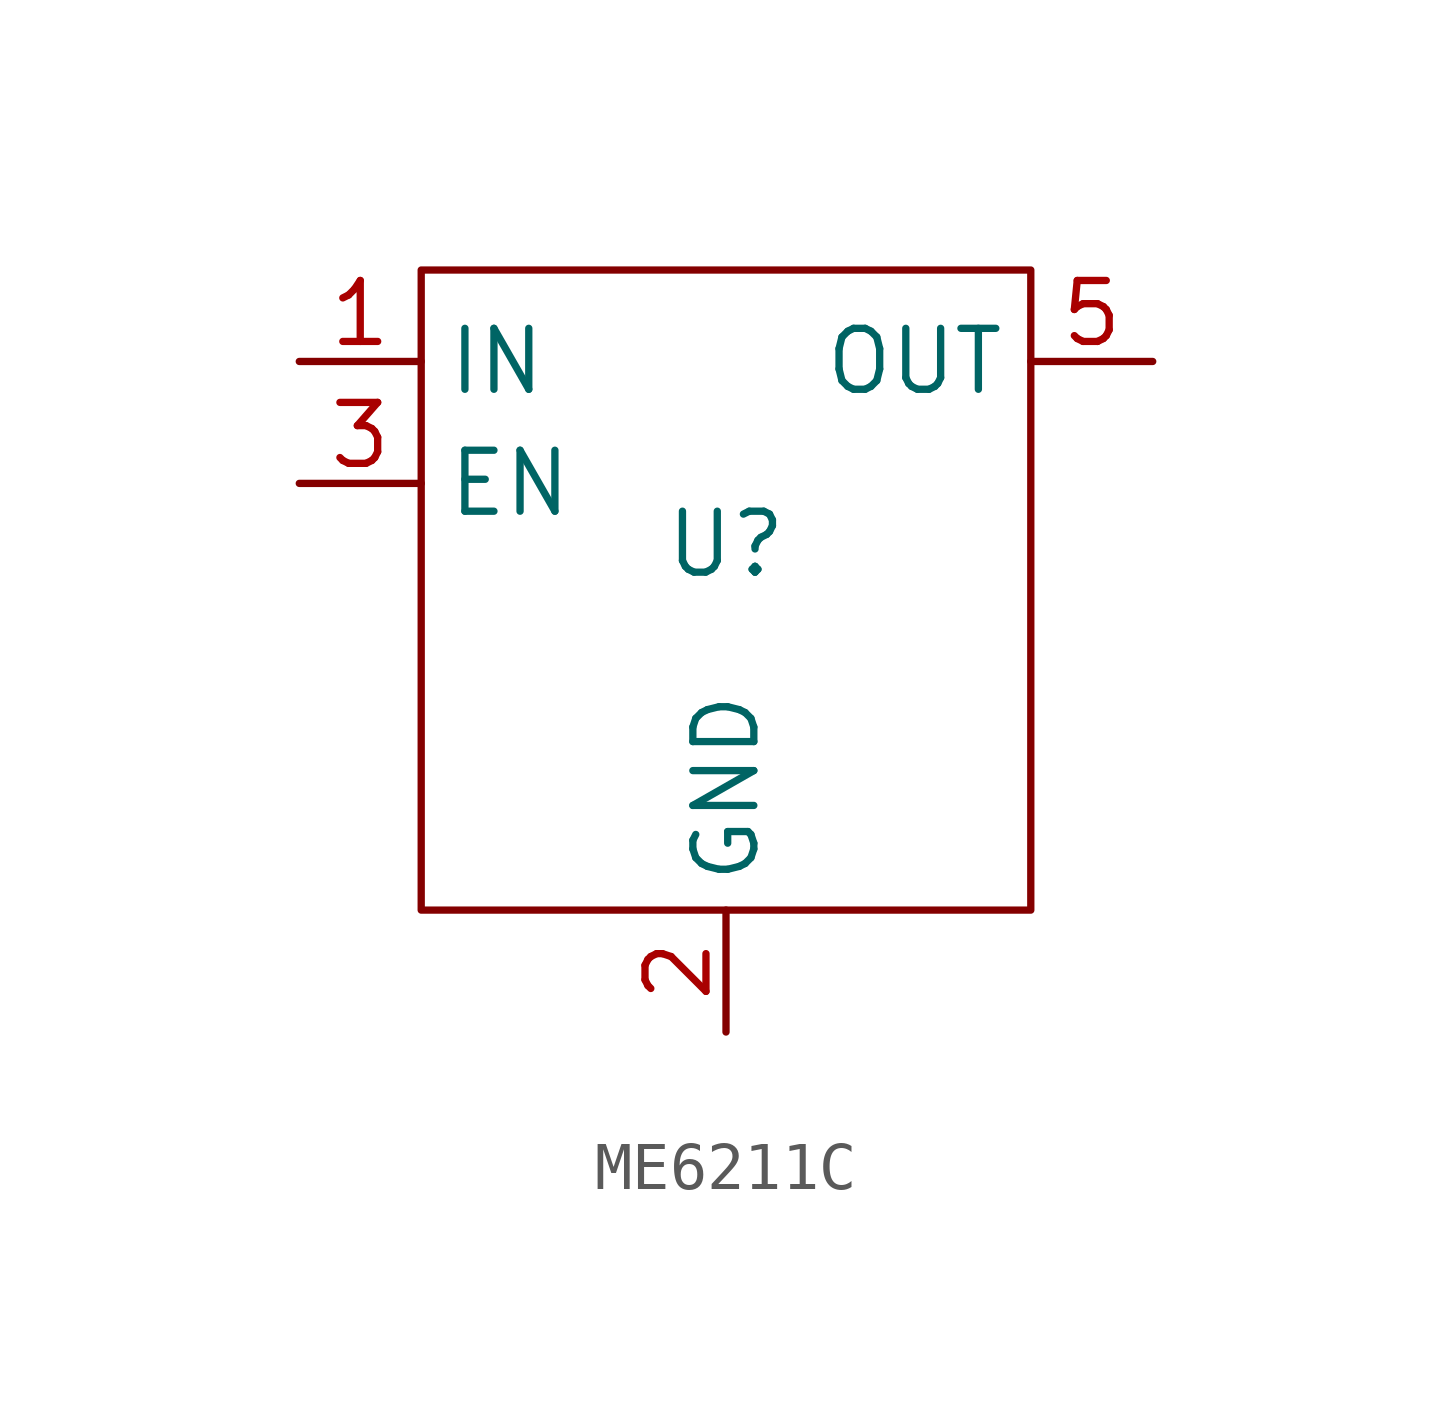
<source format=kicad_sym>
(kicad_symbol_lib
  (version 20231120)
  (generator "kicad_symbol_editor")
  (generator_version "8.0")
  (symbol "ME6211C"
    (property "Reference" "U"
      (at 0 0 0)
      (effects (font (size 1.27 1.27))))
    (property "Value" ""
      (at 0 0 0)
      (effects (font (size 1.27 1.27))))
    (symbol "ME6211C_0_1"
      (rectangle (start -6.35 5.715) (end 6.35 -7.62) (stroke (width 0) (type default)) (fill (type none))))
    (symbol "ME6211C_1_1"
      (pin power_in line (at -8.89 3.81 0) (length 2.54) (name "IN" (effects (font (size 1.27 1.27)))) (number "1" (effects (font (size 1.27 1.27)))))
      (pin input line (at 0 -10.16 90) (length 2.54) (name "GND" (effects (font (size 1.27 1.27)))) (number "2" (effects (font (size 1.27 1.27)))))
      (pin input line (at -8.89 1.27 0) (length 2.54) (name "EN" (effects (font (size 1.27 1.27)))) (number "3" (effects (font (size 1.27 1.27)))))
      (pin power_out line (at 8.89 3.81 180) (length 2.54) (name "OUT" (effects (font (size 1.27 1.27)))) (number "5" (effects (font (size 1.27 1.27))))))))
</source>
